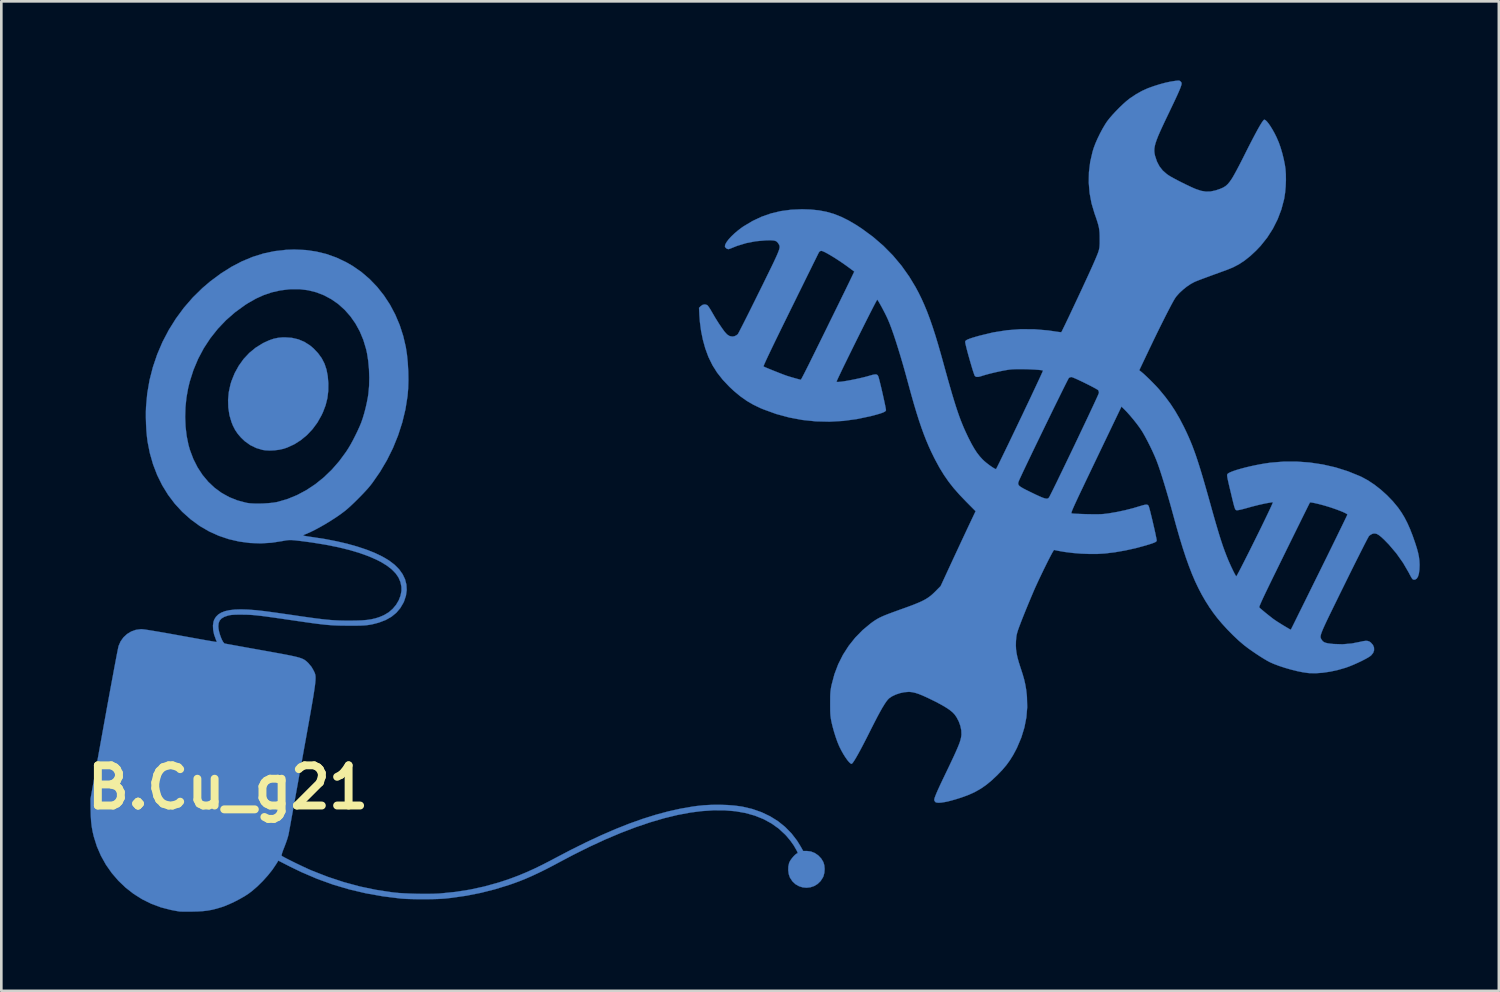
<source format=kicad_pcb>
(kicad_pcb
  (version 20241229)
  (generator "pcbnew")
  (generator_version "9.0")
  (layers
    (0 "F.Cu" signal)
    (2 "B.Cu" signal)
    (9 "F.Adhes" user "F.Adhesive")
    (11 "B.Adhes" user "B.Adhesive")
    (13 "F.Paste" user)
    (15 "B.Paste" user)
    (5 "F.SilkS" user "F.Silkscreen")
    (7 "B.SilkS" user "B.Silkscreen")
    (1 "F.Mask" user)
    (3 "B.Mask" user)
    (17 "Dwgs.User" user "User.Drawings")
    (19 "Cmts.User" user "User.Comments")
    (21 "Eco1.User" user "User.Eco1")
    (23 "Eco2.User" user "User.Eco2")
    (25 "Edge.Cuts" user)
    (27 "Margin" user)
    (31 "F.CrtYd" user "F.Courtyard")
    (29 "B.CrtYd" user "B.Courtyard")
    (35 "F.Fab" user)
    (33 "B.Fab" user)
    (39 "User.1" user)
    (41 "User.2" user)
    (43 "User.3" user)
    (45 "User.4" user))
  (footprint "B.Cu_g21"
    (layer "F.Cu")
    (at 5.595 26.801)
    (property "Reference" "B.Cu_g21" (at 0 0 0) (layer "F.SilkS") (effects (font (size 1.524 1.524) (thickness 0.3))))
    (attr through_hole)
    (fp_poly (pts (xy 2.422 -17.042) (xy 2.667 -16.985) (xy 2.894 -16.89) (xy 3.104 -16.757) (xy 3.243 -16.64) (xy 3.414 -16.459) (xy 3.552 -16.269) (xy 3.657 -16.066) (xy 3.732 -15.843) (xy 3.78 -15.596) (xy 3.803 -15.325) (xy 3.8 -15.03) (xy 3.767 -14.755) (xy 3.7 -14.488) (xy 3.598 -14.22) (xy 3.542 -14.102) (xy 3.386 -13.826) (xy 3.2 -13.576) (xy 2.99 -13.353) (xy 2.757 -13.162) (xy 2.507 -13.004) (xy 2.24 -12.882) (xy 2.102 -12.836) (xy 1.941 -12.8) (xy 1.763 -12.778) (xy 1.583 -12.77) (xy 1.415 -12.778) (xy 1.312 -12.793) (xy 1.068 -12.866) (xy 0.841 -12.977) (xy 0.635 -13.124) (xy 0.492 -13.261) (xy 0.367 -13.407) (xy 0.269 -13.552) (xy 0.187 -13.712) (xy 0.134 -13.843) (xy 0.055 -14.11) (xy 0.012 -14.395) (xy 0.003 -14.688) (xy 0.03 -14.985) (xy 0.093 -15.277) (xy 0.128 -15.393) (xy 0.251 -15.7) (xy 0.407 -15.983) (xy 0.592 -16.241) (xy 0.806 -16.47) (xy 1.047 -16.668) (xy 1.311 -16.832) (xy 1.365 -16.86) (xy 1.553 -16.946) (xy 1.724 -17.006) (xy 1.891 -17.042) (xy 2.068 -17.059) (xy 2.159 -17.06) (xy 2.422 -17.042)) (stroke (width 0.01) (type solid)) (fill yes) (layer "B.Cu"))
    (fp_poly (pts (xy 2.932 -20.372) (xy 3.339 -20.315) (xy 3.731 -20.22) (xy 4.11 -20.085) (xy 4.479 -19.91) (xy 4.724 -19.769) (xy 5.058 -19.537) (xy 5.368 -19.271) (xy 5.654 -18.974) (xy 5.912 -18.649) (xy 6.142 -18.298) (xy 6.341 -17.922) (xy 6.509 -17.526) (xy 6.643 -17.111) (xy 6.741 -16.69) (xy 6.785 -16.403) (xy 6.816 -16.089) (xy 6.834 -15.762) (xy 6.839 -15.435) (xy 6.83 -15.121) (xy 6.806 -14.834) (xy 6.805 -14.827) (xy 6.726 -14.33) (xy 6.606 -13.834) (xy 6.448 -13.345) (xy 6.254 -12.866) (xy 6.024 -12.403) (xy 5.762 -11.96) (xy 5.47 -11.54) (xy 5.384 -11.43) (xy 5.301 -11.331) (xy 5.192 -11.212) (xy 5.067 -11.08) (xy 4.932 -10.943) (xy 4.795 -10.807) (xy 4.663 -10.682) (xy 4.543 -10.573) (xy 4.445 -10.49) (xy 4.283 -10.368) (xy 4.098 -10.239) (xy 3.898 -10.11) (xy 3.691 -9.983) (xy 3.485 -9.865) (xy 3.287 -9.759) (xy 3.106 -9.67) (xy 2.948 -9.603) (xy 2.936 -9.599) (xy 2.882 -9.575) (xy 2.853 -9.555) (xy 2.851 -9.547) (xy 2.877 -9.54) (xy 2.937 -9.528) (xy 3.025 -9.513) (xy 3.132 -9.497) (xy 3.217 -9.485) (xy 3.678 -9.414) (xy 4.116 -9.329) (xy 4.528 -9.233) (xy 4.911 -9.125) (xy 5.263 -9.007) (xy 5.581 -8.88) (xy 5.863 -8.743) (xy 6.106 -8.599) (xy 6.11 -8.596) (xy 6.318 -8.437) (xy 6.488 -8.265) (xy 6.619 -8.082) (xy 6.711 -7.889) (xy 6.763 -7.688) (xy 6.775 -7.48) (xy 6.746 -7.268) (xy 6.675 -7.053) (xy 6.651 -7) (xy 6.531 -6.796) (xy 6.38 -6.618) (xy 6.196 -6.468) (xy 5.981 -6.346) (xy 5.733 -6.251) (xy 5.681 -6.236) (xy 5.568 -6.206) (xy 5.466 -6.181) (xy 5.368 -6.163) (xy 5.268 -6.149) (xy 5.157 -6.139) (xy 5.029 -6.133) (xy 4.877 -6.13) (xy 4.694 -6.129) (xy 4.572 -6.13) (xy 4.407 -6.131) (xy 4.257 -6.133) (xy 4.117 -6.137) (xy 3.981 -6.143) (xy 3.845 -6.153) (xy 3.702 -6.165) (xy 3.548 -6.182) (xy 3.376 -6.202) (xy 3.182 -6.228) (xy 2.96 -6.259) (xy 2.704 -6.296) (xy 2.54 -6.32) (xy 2.243 -6.363) (xy 1.984 -6.401) (xy 1.76 -6.433) (xy 1.566 -6.46) (xy 1.398 -6.483) (xy 1.254 -6.501) (xy 1.128 -6.515) (xy 1.018 -6.527) (xy 0.919 -6.535) (xy 0.828 -6.541) (xy 0.74 -6.545) (xy 0.653 -6.547) (xy 0.562 -6.548) (xy 0.508 -6.549) (xy 0.355 -6.548) (xy 0.237 -6.545) (xy 0.144 -6.538) (xy 0.069 -6.528) (xy 0.003 -6.513) (xy 0 -6.513) (xy -0.143 -6.463) (xy -0.248 -6.4) (xy -0.319 -6.321) (xy -0.357 -6.221) (xy -0.368 -6.107) (xy -0.36 -6.012) (xy -0.339 -5.904) (xy -0.307 -5.792) (xy -0.269 -5.684) (xy -0.227 -5.587) (xy -0.185 -5.511) (xy -0.144 -5.463) (xy -0.123 -5.451) (xy -0.094 -5.446) (xy -0.027 -5.433) (xy 0.074 -5.415) (xy 0.206 -5.391) (xy 0.366 -5.362) (xy 0.549 -5.329) (xy 0.752 -5.292) (xy 0.971 -5.253) (xy 1.203 -5.211) (xy 1.291 -5.196) (xy 1.58 -5.144) (xy 1.831 -5.098) (xy 2.047 -5.059) (xy 2.23 -5.024) (xy 2.385 -4.993) (xy 2.514 -4.965) (xy 2.621 -4.939) (xy 2.708 -4.915) (xy 2.779 -4.891) (xy 2.838 -4.866) (xy 2.887 -4.841) (xy 2.929 -4.813) (xy 2.968 -4.782) (xy 3.007 -4.747) (xy 3.038 -4.717) (xy 3.162 -4.571) (xy 3.233 -4.45) (xy 3.252 -4.412) (xy 3.269 -4.378) (xy 3.284 -4.346) (xy 3.297 -4.312) (xy 3.307 -4.275) (xy 3.314 -4.234) (xy 3.318 -4.185) (xy 3.318 -4.126) (xy 3.315 -4.056) (xy 3.308 -3.972) (xy 3.297 -3.872) (xy 3.281 -3.754) (xy 3.26 -3.615) (xy 3.235 -3.455) (xy 3.204 -3.269) (xy 3.167 -3.057) (xy 3.125 -2.815) (xy 3.077 -2.543) (xy 3.022 -2.237) (xy 2.961 -1.896) (xy 2.892 -1.517) (xy 2.827 -1.154) (xy 2.766 -0.814) (xy 2.706 -0.484) (xy 2.649 -0.165) (xy 2.594 0.138) (xy 2.542 0.424) (xy 2.494 0.69) (xy 2.45 0.934) (xy 2.41 1.152) (xy 2.376 1.343) (xy 2.347 1.503) (xy 2.323 1.631) (xy 2.306 1.723) (xy 2.296 1.776) (xy 2.295 1.785) (xy 2.274 1.865) (xy 2.242 1.972) (xy 2.2 2.093) (xy 2.154 2.217) (xy 2.137 2.26) (xy 2.083 2.398) (xy 2.048 2.499) (xy 2.032 2.564) (xy 2.033 2.594) (xy 2.033 2.594) (xy 2.06 2.613) (xy 2.119 2.646) (xy 2.205 2.692) (xy 2.313 2.747) (xy 2.435 2.808) (xy 2.568 2.874) (xy 2.704 2.939) (xy 2.838 3.003) (xy 2.965 3.062) (xy 3.078 3.114) (xy 3.172 3.154) (xy 3.175 3.156) (xy 3.789 3.395) (xy 4.394 3.595) (xy 4.997 3.758) (xy 5.602 3.885) (xy 6.215 3.978) (xy 6.318 3.99) (xy 6.484 4.006) (xy 6.682 4.018) (xy 6.901 4.028) (xy 7.133 4.035) (xy 7.366 4.039) (xy 7.591 4.039) (xy 7.798 4.035) (xy 7.977 4.028) (xy 8.043 4.023) (xy 8.619 3.965) (xy 9.172 3.878) (xy 9.711 3.761) (xy 10.246 3.613) (xy 10.403 3.563) (xy 10.712 3.458) (xy 11.01 3.346) (xy 11.306 3.223) (xy 11.609 3.087) (xy 11.925 2.933) (xy 12.264 2.758) (xy 12.388 2.692) (xy 13.004 2.369) (xy 13.593 2.077) (xy 14.158 1.814) (xy 14.701 1.579) (xy 15.223 1.372) (xy 15.728 1.193) (xy 16.216 1.04) (xy 16.691 0.912) (xy 17.154 0.809) (xy 17.608 0.73) (xy 17.759 0.709) (xy 18.034 0.68) (xy 18.328 0.664) (xy 18.627 0.661) (xy 18.922 0.67) (xy 19.201 0.691) (xy 19.453 0.724) (xy 19.505 0.733) (xy 19.878 0.821) (xy 20.227 0.943) (xy 20.551 1.097) (xy 20.849 1.282) (xy 21.119 1.499) (xy 21.361 1.745) (xy 21.573 2.02) (xy 21.705 2.234) (xy 21.806 2.413) (xy 21.946 2.413) (xy 22.101 2.433) (xy 22.248 2.491) (xy 22.381 2.583) (xy 22.493 2.702) (xy 22.571 2.833) (xy 22.607 2.953) (xy 22.62 3.093) (xy 22.61 3.236) (xy 22.577 3.367) (xy 22.558 3.41) (xy 22.468 3.552) (xy 22.355 3.662) (xy 22.225 3.741) (xy 22.083 3.789) (xy 21.935 3.806) (xy 21.787 3.792) (xy 21.645 3.747) (xy 21.514 3.672) (xy 21.4 3.565) (xy 21.308 3.427) (xy 21.301 3.412) (xy 21.259 3.288) (xy 21.24 3.146) (xy 21.244 3.002) (xy 21.272 2.872) (xy 21.288 2.832) (xy 21.326 2.764) (xy 21.381 2.688) (xy 21.443 2.615) (xy 21.504 2.554) (xy 21.555 2.515) (xy 21.571 2.508) (xy 21.592 2.498) (xy 21.597 2.481) (xy 21.584 2.445) (xy 21.555 2.385) (xy 21.454 2.21) (xy 21.327 2.029) (xy 21.183 1.855) (xy 21.127 1.794) (xy 20.88 1.565) (xy 20.605 1.369) (xy 20.303 1.204) (xy 19.975 1.073) (xy 19.621 0.973) (xy 19.241 0.906) (xy 18.835 0.872) (xy 18.404 0.87) (xy 17.949 0.902) (xy 17.537 0.955) (xy 17.05 1.045) (xy 16.54 1.169) (xy 16.008 1.325) (xy 15.455 1.512) (xy 14.883 1.731) (xy 14.294 1.98) (xy 13.69 2.259) (xy 13.072 2.568) (xy 12.636 2.798) (xy 12.32 2.967) (xy 12.032 3.116) (xy 11.767 3.246) (xy 11.52 3.361) (xy 11.284 3.464) (xy 11.053 3.557) (xy 10.822 3.642) (xy 10.655 3.7) (xy 10.119 3.865) (xy 9.585 4) (xy 9.041 4.108) (xy 8.477 4.189) (xy 8.234 4.216) (xy 8.106 4.225) (xy 7.945 4.233) (xy 7.759 4.238) (xy 7.557 4.241) (xy 7.348 4.242) (xy 7.141 4.24) (xy 6.944 4.236) (xy 6.767 4.23) (xy 6.618 4.221) (xy 6.551 4.216) (xy 5.875 4.132) (xy 5.223 4.016) (xy 4.593 3.868) (xy 3.98 3.686) (xy 3.379 3.469) (xy 2.786 3.215) (xy 2.356 3.007) (xy 1.908 2.778) (xy 1.828 2.908) (xy 1.685 3.12) (xy 1.512 3.338) (xy 1.318 3.553) (xy 1.114 3.755) (xy 0.909 3.932) (xy 0.783 4.027) (xy 0.632 4.126) (xy 0.452 4.229) (xy 0.258 4.33) (xy 0.062 4.422) (xy -0.123 4.499) (xy -0.235 4.539) (xy -0.427 4.597) (xy -0.601 4.641) (xy -0.772 4.672) (xy -0.95 4.693) (xy -1.147 4.705) (xy -1.344 4.71) (xy -1.479 4.711) (xy -1.604 4.712) (xy -1.71 4.711) (xy -1.792 4.709) (xy -1.839 4.707) (xy -1.841 4.706) (xy -1.891 4.698) (xy -1.971 4.684) (xy -2.07 4.665) (xy -2.171 4.646) (xy -2.547 4.549) (xy -2.909 4.414) (xy -3.253 4.244) (xy -3.577 4.04) (xy -3.879 3.805) (xy -4.156 3.54) (xy -4.407 3.249) (xy -4.628 2.934) (xy -4.817 2.596) (xy -4.972 2.239) (xy -5.088 1.871) (xy -5.133 1.679) (xy -5.167 1.489) (xy -5.19 1.292) (xy -5.203 1.074) (xy -5.209 0.836) (xy -5.213 0.434) (xy -4.703 -2.392) (xy -4.641 -2.734) (xy -4.581 -3.067) (xy -4.522 -3.387) (xy -4.466 -3.693) (xy -4.413 -3.98) (xy -4.363 -4.248) (xy -4.318 -4.494) (xy -4.276 -4.714) (xy -4.24 -4.906) (xy -4.209 -5.068) (xy -4.183 -5.197) (xy -4.164 -5.291) (xy -4.152 -5.347) (xy -4.149 -5.359) (xy -4.073 -5.533) (xy -3.965 -5.685) (xy -3.829 -5.811) (xy -3.67 -5.908) (xy -3.494 -5.971) (xy -3.306 -5.996) (xy -3.281 -5.996) (xy -3.23 -5.992) (xy -3.14 -5.981) (xy -3.013 -5.962) (xy -2.852 -5.936) (xy -2.658 -5.903) (xy -2.434 -5.865) (xy -2.182 -5.82) (xy -1.905 -5.77) (xy -1.791 -5.749) (xy -1.558 -5.707) (xy -1.337 -5.667) (xy -1.132 -5.63) (xy -0.947 -5.597) (xy -0.784 -5.568) (xy -0.648 -5.545) (xy -0.542 -5.527) (xy -0.469 -5.515) (xy -0.434 -5.51) (xy -0.43 -5.51) (xy -0.433 -5.533) (xy -0.45 -5.581) (xy -0.465 -5.618) (xy -0.528 -5.796) (xy -0.563 -5.971) (xy -0.571 -6.135) (xy -0.55 -6.28) (xy -0.521 -6.361) (xy -0.457 -6.466) (xy -0.369 -6.553) (xy -0.256 -6.624) (xy -0.115 -6.679) (xy 0.056 -6.717) (xy 0.257 -6.74) (xy 0.49 -6.747) (xy 0.757 -6.739) (xy 1.061 -6.716) (xy 1.401 -6.678) (xy 1.566 -6.656) (xy 1.681 -6.64) (xy 1.829 -6.62) (xy 2.002 -6.595) (xy 2.19 -6.568) (xy 2.386 -6.54) (xy 2.579 -6.512) (xy 2.656 -6.5) (xy 2.936 -6.46) (xy 3.179 -6.426) (xy 3.391 -6.398) (xy 3.578 -6.375) (xy 3.746 -6.357) (xy 3.901 -6.343) (xy 4.047 -6.333) (xy 4.19 -6.326) (xy 4.337 -6.322) (xy 4.492 -6.319) (xy 4.604 -6.319) (xy 4.859 -6.322) (xy 5.078 -6.33) (xy 5.268 -6.347) (xy 5.436 -6.372) (xy 5.588 -6.407) (xy 5.731 -6.452) (xy 5.87 -6.51) (xy 5.924 -6.535) (xy 6.094 -6.637) (xy 6.244 -6.767) (xy 6.371 -6.919) (xy 6.471 -7.087) (xy 6.54 -7.265) (xy 6.576 -7.446) (xy 6.575 -7.602) (xy 6.538 -7.783) (xy 6.465 -7.954) (xy 6.355 -8.114) (xy 6.206 -8.266) (xy 6.018 -8.411) (xy 5.79 -8.549) (xy 5.662 -8.615) (xy 5.348 -8.755) (xy 4.994 -8.883) (xy 4.599 -9.001) (xy 4.165 -9.107) (xy 3.691 -9.201) (xy 3.178 -9.284) (xy 2.815 -9.333) (xy 2.656 -9.352) (xy 2.531 -9.366) (xy 2.432 -9.374) (xy 2.349 -9.376) (xy 2.276 -9.373) (xy 2.203 -9.364) (xy 2.123 -9.35) (xy 2.064 -9.338) (xy 1.652 -9.274) (xy 1.24 -9.25) (xy 0.829 -9.265) (xy 0.425 -9.319) (xy 0.029 -9.41) (xy -0.353 -9.539) (xy -0.72 -9.705) (xy -1.067 -9.907) (xy -1.075 -9.912) (xy -1.417 -10.162) (xy -1.731 -10.442) (xy -2.016 -10.752) (xy -2.271 -11.089) (xy -2.494 -11.451) (xy -2.685 -11.838) (xy -2.842 -12.247) (xy -2.965 -12.676) (xy -3.05 -13.108) (xy -3.074 -13.302) (xy -3.094 -13.524) (xy -3.107 -13.764) (xy -3.114 -14.008) (xy -3.114 -14.04) (xy -1.625 -14.04) (xy -1.61 -13.674) (xy -1.568 -13.321) (xy -1.501 -12.99) (xy -1.446 -12.795) (xy -1.316 -12.45) (xy -1.156 -12.133) (xy -0.967 -11.844) (xy -0.752 -11.586) (xy -0.511 -11.359) (xy -0.245 -11.164) (xy 0.043 -11.004) (xy 0.353 -10.879) (xy 0.684 -10.791) (xy 0.725 -10.783) (xy 0.846 -10.767) (xy 0.999 -10.759) (xy 1.171 -10.757) (xy 1.352 -10.762) (xy 1.531 -10.774) (xy 1.698 -10.791) (xy 1.84 -10.813) (xy 1.884 -10.823) (xy 2.257 -10.932) (xy 2.62 -11.081) (xy 2.972 -11.269) (xy 3.31 -11.493) (xy 3.631 -11.752) (xy 3.934 -12.043) (xy 4.216 -12.366) (xy 4.475 -12.718) (xy 4.572 -12.869) (xy 4.65 -13.001) (xy 4.737 -13.16) (xy 4.826 -13.335) (xy 4.912 -13.512) (xy 4.988 -13.679) (xy 5.048 -13.822) (xy 5.104 -13.982) (xy 5.161 -14.17) (xy 5.215 -14.375) (xy 5.262 -14.582) (xy 5.3 -14.779) (xy 5.322 -14.919) (xy 5.349 -15.218) (xy 5.356 -15.534) (xy 5.345 -15.855) (xy 5.316 -16.169) (xy 5.27 -16.462) (xy 5.236 -16.614) (xy 5.131 -16.963) (xy 4.995 -17.289) (xy 4.83 -17.589) (xy 4.638 -17.862) (xy 4.421 -18.107) (xy 4.182 -18.322) (xy 3.922 -18.504) (xy 3.643 -18.654) (xy 3.348 -18.769) (xy 3.038 -18.847) (xy 2.716 -18.887) (xy 2.383 -18.887) (xy 2.306 -18.881) (xy 1.974 -18.839) (xy 1.661 -18.768) (xy 1.361 -18.667) (xy 1.065 -18.533) (xy 0.764 -18.363) (xy 0.647 -18.288) (xy 0.271 -18.015) (xy -0.074 -17.714) (xy -0.388 -17.384) (xy -0.67 -17.029) (xy -0.919 -16.65) (xy -1.133 -16.247) (xy -1.311 -15.824) (xy -1.452 -15.382) (xy -1.512 -15.136) (xy -1.576 -14.779) (xy -1.614 -14.411) (xy -1.625 -14.04) (xy -3.114 -14.04) (xy -3.114 -14.244) (xy -3.108 -14.423) (xy -3.062 -14.934) (xy -2.975 -15.439) (xy -2.848 -15.934) (xy -2.684 -16.418) (xy -2.483 -16.888) (xy -2.246 -17.34) (xy -1.975 -17.773) (xy -1.672 -18.184) (xy -1.337 -18.57) (xy -0.972 -18.928) (xy -0.673 -19.183) (xy -0.276 -19.478) (xy 0.124 -19.731) (xy 0.527 -19.942) (xy 0.936 -20.112) (xy 1.35 -20.242) (xy 1.771 -20.33) (xy 2.2 -20.379) (xy 2.508 -20.39) (xy 2.932 -20.372)) (stroke (width 0.01) (type solid)) (fill yes) (layer "B.Cu"))
    (fp_poly (pts (xy 36.071 -26.791) (xy 36.092 -26.78) (xy 36.109 -26.766) (xy 36.126 -26.75) (xy 36.14 -26.733) (xy 36.149 -26.713) (xy 36.153 -26.688) (xy 36.15 -26.653) (xy 36.138 -26.607) (xy 36.118 -26.547) (xy 36.088 -26.471) (xy 36.047 -26.375) (xy 35.994 -26.256) (xy 35.928 -26.113) (xy 35.847 -25.941) (xy 35.751 -25.74) (xy 35.639 -25.505) (xy 35.533 -25.284) (xy 35.424 -25.052) (xy 35.333 -24.853) (xy 35.26 -24.683) (xy 35.204 -24.538) (xy 35.162 -24.413) (xy 35.135 -24.305) (xy 35.121 -24.209) (xy 35.119 -24.121) (xy 35.127 -24.038) (xy 35.144 -23.954) (xy 35.147 -23.945) (xy 35.218 -23.729) (xy 35.313 -23.546) (xy 35.435 -23.39) (xy 35.589 -23.254) (xy 35.67 -23.198) (xy 35.754 -23.147) (xy 35.868 -23.084) (xy 36.003 -23.012) (xy 36.151 -22.937) (xy 36.302 -22.862) (xy 36.448 -22.792) (xy 36.581 -22.731) (xy 36.691 -22.684) (xy 36.702 -22.68) (xy 36.894 -22.616) (xy 37.072 -22.587) (xy 37.244 -22.59) (xy 37.423 -22.627) (xy 37.459 -22.637) (xy 37.607 -22.687) (xy 37.724 -22.737) (xy 37.817 -22.793) (xy 37.898 -22.864) (xy 37.975 -22.955) (xy 38.059 -23.075) (xy 38.063 -23.082) (xy 38.101 -23.145) (xy 38.155 -23.24) (xy 38.222 -23.362) (xy 38.298 -23.505) (xy 38.381 -23.664) (xy 38.467 -23.833) (xy 38.554 -24.006) (xy 38.558 -24.014) (xy 38.7 -24.297) (xy 38.829 -24.547) (xy 38.943 -24.763) (xy 39.041 -24.945) (xy 39.125 -25.092) (xy 39.193 -25.202) (xy 39.244 -25.275) (xy 39.279 -25.311) (xy 39.289 -25.315) (xy 39.332 -25.297) (xy 39.389 -25.244) (xy 39.455 -25.162) (xy 39.528 -25.056) (xy 39.604 -24.931) (xy 39.681 -24.793) (xy 39.754 -24.645) (xy 39.82 -24.493) (xy 39.839 -24.448) (xy 39.908 -24.253) (xy 39.972 -24.036) (xy 40.027 -23.812) (xy 40.07 -23.597) (xy 40.091 -23.453) (xy 40.106 -23.249) (xy 40.109 -23.02) (xy 40.099 -22.783) (xy 40.079 -22.552) (xy 40.048 -22.343) (xy 40.039 -22.298) (xy 39.936 -21.909) (xy 39.794 -21.536) (xy 39.614 -21.179) (xy 39.399 -20.843) (xy 39.15 -20.531) (xy 38.98 -20.352) (xy 38.758 -20.145) (xy 38.542 -19.973) (xy 38.325 -19.83) (xy 38.1 -19.713) (xy 37.881 -19.624) (xy 37.632 -19.533) (xy 37.419 -19.456) (xy 37.24 -19.39) (xy 37.091 -19.335) (xy 36.968 -19.29) (xy 36.868 -19.252) (xy 36.789 -19.222) (xy 36.726 -19.197) (xy 36.676 -19.176) (xy 36.637 -19.159) (xy 36.498 -19.084) (xy 36.351 -18.985) (xy 36.206 -18.869) (xy 36.073 -18.746) (xy 35.963 -18.624) (xy 35.912 -18.554) (xy 35.868 -18.482) (xy 35.808 -18.375) (xy 35.734 -18.237) (xy 35.648 -18.072) (xy 35.551 -17.883) (xy 35.446 -17.674) (xy 35.333 -17.448) (xy 35.216 -17.21) (xy 35.096 -16.963) (xy 34.975 -16.71) (xy 34.944 -16.646) (xy 34.549 -15.814) (xy 34.634 -15.746) (xy 34.72 -15.673) (xy 34.825 -15.575) (xy 34.942 -15.463) (xy 35.062 -15.342) (xy 35.178 -15.223) (xy 35.28 -15.112) (xy 35.314 -15.073) (xy 35.53 -14.811) (xy 35.725 -14.55) (xy 35.904 -14.278) (xy 36.074 -13.986) (xy 36.242 -13.663) (xy 36.258 -13.63) (xy 36.337 -13.466) (xy 36.411 -13.304) (xy 36.482 -13.14) (xy 36.551 -12.972) (xy 36.618 -12.794) (xy 36.687 -12.603) (xy 36.757 -12.395) (xy 36.83 -12.166) (xy 36.908 -11.914) (xy 36.991 -11.633) (xy 37.081 -11.32) (xy 37.18 -10.972) (xy 37.223 -10.816) (xy 37.31 -10.504) (xy 37.388 -10.229) (xy 37.458 -9.986) (xy 37.521 -9.773) (xy 37.578 -9.583) (xy 37.631 -9.414) (xy 37.681 -9.262) (xy 37.728 -9.121) (xy 37.776 -8.989) (xy 37.824 -8.861) (xy 37.867 -8.752) (xy 37.916 -8.63) (xy 37.971 -8.504) (xy 38.026 -8.381) (xy 38.081 -8.265) (xy 38.131 -8.163) (xy 38.174 -8.081) (xy 38.207 -8.025) (xy 38.227 -8.001) (xy 38.228 -8.001) (xy 38.242 -8.019) (xy 38.272 -8.072) (xy 38.317 -8.156) (xy 38.375 -8.267) (xy 38.444 -8.402) (xy 38.523 -8.556) (xy 38.609 -8.727) (xy 38.702 -8.91) (xy 38.798 -9.103) (xy 38.896 -9.301) (xy 38.995 -9.5) (xy 39.093 -9.698) (xy 39.187 -9.89) (xy 39.276 -10.074) (xy 39.358 -10.244) (xy 39.432 -10.398) (xy 39.496 -10.533) (xy 39.547 -10.643) (xy 39.583 -10.725) (xy 39.621 -10.813) (xy 39.543 -10.802) (xy 39.331 -10.765) (xy 39.089 -10.712) (xy 38.824 -10.645) (xy 38.668 -10.601) (xy 38.507 -10.557) (xy 38.382 -10.526) (xy 38.293 -10.509) (xy 38.243 -10.506) (xy 38.239 -10.507) (xy 38.223 -10.512) (xy 38.209 -10.519) (xy 38.195 -10.533) (xy 38.182 -10.559) (xy 38.166 -10.599) (xy 38.148 -10.658) (xy 38.126 -10.739) (xy 38.099 -10.848) (xy 38.065 -10.987) (xy 38.024 -11.161) (xy 37.993 -11.288) (xy 37.954 -11.453) (xy 37.924 -11.583) (xy 37.903 -11.681) (xy 37.889 -11.753) (xy 37.882 -11.804) (xy 37.881 -11.839) (xy 37.885 -11.863) (xy 37.894 -11.88) (xy 37.894 -11.881) (xy 37.934 -11.913) (xy 38.01 -11.951) (xy 38.118 -11.993) (xy 38.253 -12.038) (xy 38.409 -12.083) (xy 38.583 -12.129) (xy 38.768 -12.173) (xy 38.959 -12.214) (xy 39.152 -12.251) (xy 39.342 -12.283) (xy 39.517 -12.308) (xy 40.014 -12.349) (xy 40.514 -12.351) (xy 41.013 -12.315) (xy 41.506 -12.241) (xy 41.988 -12.131) (xy 42.456 -11.984) (xy 42.905 -11.802) (xy 42.979 -11.768) (xy 43.219 -11.638) (xy 43.466 -11.474) (xy 43.71 -11.283) (xy 43.945 -11.071) (xy 44.163 -10.845) (xy 44.356 -10.612) (xy 44.369 -10.595) (xy 44.492 -10.418) (xy 44.605 -10.231) (xy 44.711 -10.025) (xy 44.813 -9.797) (xy 44.914 -9.538) (xy 45.011 -9.26) (xy 45.074 -9.062) (xy 45.12 -8.891) (xy 45.151 -8.74) (xy 45.169 -8.597) (xy 45.176 -8.455) (xy 45.177 -8.435) (xy 45.17 -8.252) (xy 45.15 -8.103) (xy 45.116 -7.991) (xy 45.069 -7.915) (xy 45.01 -7.878) (xy 44.98 -7.874) (xy 44.95 -7.875) (xy 44.925 -7.883) (xy 44.902 -7.903) (xy 44.874 -7.942) (xy 44.839 -8.004) (xy 44.79 -8.096) (xy 44.768 -8.139) (xy 44.551 -8.512) (xy 44.298 -8.87) (xy 44.013 -9.206) (xy 43.834 -9.39) (xy 43.724 -9.492) (xy 43.634 -9.563) (xy 43.558 -9.607) (xy 43.49 -9.625) (xy 43.424 -9.622) (xy 43.387 -9.612) (xy 43.321 -9.578) (xy 43.261 -9.531) (xy 43.26 -9.53) (xy 43.243 -9.503) (xy 43.209 -9.441) (xy 43.159 -9.346) (xy 43.094 -9.221) (xy 43.017 -9.069) (xy 42.928 -8.893) (xy 42.828 -8.694) (xy 42.719 -8.477) (xy 42.603 -8.244) (xy 42.481 -7.997) (xy 42.354 -7.739) (xy 42.315 -7.66) (xy 42.161 -7.348) (xy 42.026 -7.072) (xy 41.907 -6.829) (xy 41.804 -6.618) (xy 41.715 -6.435) (xy 41.64 -6.278) (xy 41.578 -6.145) (xy 41.528 -6.034) (xy 41.489 -5.942) (xy 41.46 -5.867) (xy 41.44 -5.806) (xy 41.427 -5.757) (xy 41.422 -5.719) (xy 41.423 -5.688) (xy 41.429 -5.661) (xy 41.439 -5.638) (xy 41.452 -5.615) (xy 41.465 -5.594) (xy 41.501 -5.546) (xy 41.547 -5.509) (xy 41.609 -5.482) (xy 41.696 -5.461) (xy 41.813 -5.445) (xy 41.91 -5.435) (xy 42.253 -5.424) (xy 42.6 -5.453) (xy 42.915 -5.515) (xy 43.042 -5.543) (xy 43.137 -5.555) (xy 43.211 -5.55) (xy 43.273 -5.528) (xy 43.328 -5.489) (xy 43.408 -5.399) (xy 43.449 -5.299) (xy 43.451 -5.195) (xy 43.415 -5.095) (xy 43.341 -5.004) (xy 43.303 -4.974) (xy 43.221 -4.92) (xy 43.107 -4.857) (xy 42.972 -4.788) (xy 42.824 -4.718) (xy 42.673 -4.651) (xy 42.527 -4.591) (xy 42.396 -4.543) (xy 42.37 -4.534) (xy 42.08 -4.45) (xy 41.79 -4.387) (xy 41.506 -4.345) (xy 41.238 -4.326) (xy 40.993 -4.331) (xy 40.932 -4.337) (xy 40.741 -4.365) (xy 40.525 -4.409) (xy 40.295 -4.467) (xy 40.064 -4.534) (xy 39.842 -4.607) (xy 39.642 -4.683) (xy 39.498 -4.747) (xy 39.396 -4.802) (xy 39.269 -4.877) (xy 39.125 -4.967) (xy 38.974 -5.066) (xy 38.824 -5.169) (xy 38.682 -5.269) (xy 38.559 -5.362) (xy 38.523 -5.39) (xy 38.318 -5.565) (xy 38.105 -5.766) (xy 37.892 -5.982) (xy 37.689 -6.204) (xy 37.504 -6.423) (xy 37.356 -6.617) (xy 37.204 -6.836) (xy 39.099 -6.836) (xy 39.099 -6.822) (xy 39.1 -6.82) (xy 39.128 -6.792) (xy 39.184 -6.744) (xy 39.258 -6.682) (xy 39.344 -6.611) (xy 39.436 -6.537) (xy 39.525 -6.467) (xy 39.605 -6.404) (xy 39.665 -6.36) (xy 39.72 -6.323) (xy 39.794 -6.274) (xy 39.882 -6.219) (xy 39.976 -6.16) (xy 40.069 -6.104) (xy 40.155 -6.053) (xy 40.225 -6.012) (xy 40.275 -5.985) (xy 40.295 -5.977) (xy 40.295 -5.977) (xy 40.305 -5.996) (xy 40.333 -6.051) (xy 40.377 -6.139) (xy 40.436 -6.258) (xy 40.509 -6.406) (xy 40.594 -6.579) (xy 40.692 -6.776) (xy 40.8 -6.994) (xy 40.917 -7.231) (xy 41.042 -7.485) (xy 41.174 -7.753) (xy 41.312 -8.032) (xy 41.37 -8.149) (xy 41.51 -8.433) (xy 41.645 -8.706) (xy 41.773 -8.967) (xy 41.893 -9.212) (xy 42.005 -9.44) (xy 42.106 -9.648) (xy 42.196 -9.833) (xy 42.274 -9.993) (xy 42.338 -10.126) (xy 42.388 -10.229) (xy 42.421 -10.3) (xy 42.438 -10.336) (xy 42.439 -10.341) (xy 42.419 -10.364) (xy 42.363 -10.397) (xy 42.274 -10.439) (xy 42.156 -10.487) (xy 42.012 -10.541) (xy 41.848 -10.598) (xy 41.825 -10.606) (xy 41.697 -10.646) (xy 41.563 -10.686) (xy 41.431 -10.722) (xy 41.307 -10.753) (xy 41.197 -10.778) (xy 41.108 -10.795) (xy 41.047 -10.803) (xy 41.019 -10.8) (xy 41.019 -10.8) (xy 41.008 -10.779) (xy 40.98 -10.723) (xy 40.935 -10.634) (xy 40.876 -10.514) (xy 40.803 -10.367) (xy 40.717 -10.194) (xy 40.621 -9.998) (xy 40.514 -9.782) (xy 40.399 -9.548) (xy 40.276 -9.299) (xy 40.147 -9.037) (xy 40.04 -8.818) (xy 39.881 -8.494) (xy 39.74 -8.206) (xy 39.615 -7.952) (xy 39.507 -7.73) (xy 39.414 -7.538) (xy 39.335 -7.374) (xy 39.269 -7.235) (xy 39.216 -7.121) (xy 39.174 -7.028) (xy 39.142 -6.955) (xy 39.119 -6.9) (xy 39.105 -6.861) (xy 39.099 -6.836) (xy 37.204 -6.836) (xy 37.202 -6.84) (xy 37.057 -7.067) (xy 36.921 -7.303) (xy 36.792 -7.55) (xy 36.667 -7.812) (xy 36.547 -8.093) (xy 36.43 -8.396) (xy 36.313 -8.724) (xy 36.196 -9.081) (xy 36.077 -9.47) (xy 35.955 -9.895) (xy 35.859 -10.245) (xy 35.765 -10.589) (xy 35.672 -10.918) (xy 35.581 -11.23) (xy 35.494 -11.52) (xy 35.412 -11.784) (xy 35.336 -12.019) (xy 35.267 -12.22) (xy 35.207 -12.383) (xy 35.139 -12.548) (xy 35.056 -12.733) (xy 34.964 -12.926) (xy 34.868 -13.116) (xy 34.774 -13.294) (xy 34.686 -13.449) (xy 34.643 -13.519) (xy 34.556 -13.647) (xy 34.447 -13.794) (xy 34.325 -13.948) (xy 34.199 -14.098) (xy 34.078 -14.233) (xy 33.989 -14.325) (xy 33.874 -14.437) (xy 32.908 -12.421) (xy 32.754 -12.099) (xy 32.618 -11.814) (xy 32.497 -11.562) (xy 32.393 -11.342) (xy 32.302 -11.152) (xy 32.225 -10.989) (xy 32.161 -10.851) (xy 32.108 -10.737) (xy 32.066 -10.643) (xy 32.033 -10.568) (xy 32.008 -10.509) (xy 31.992 -10.465) (xy 31.982 -10.434) (xy 31.977 -10.412) (xy 31.978 -10.398) (xy 31.982 -10.39) (xy 31.988 -10.386) (xy 31.989 -10.386) (xy 32.022 -10.381) (xy 32.092 -10.375) (xy 32.191 -10.37) (xy 32.314 -10.365) (xy 32.454 -10.36) (xy 32.575 -10.357) (xy 32.75 -10.354) (xy 32.891 -10.353) (xy 33.007 -10.354) (xy 33.105 -10.357) (xy 33.194 -10.363) (xy 33.283 -10.373) (xy 33.38 -10.385) (xy 33.422 -10.392) (xy 33.712 -10.442) (xy 34.015 -10.507) (xy 34.313 -10.583) (xy 34.56 -10.657) (xy 34.681 -10.693) (xy 34.768 -10.714) (xy 34.829 -10.718) (xy 34.87 -10.707) (xy 34.897 -10.68) (xy 34.902 -10.671) (xy 34.915 -10.635) (xy 34.935 -10.566) (xy 34.961 -10.469) (xy 34.99 -10.351) (xy 35.023 -10.218) (xy 35.057 -10.076) (xy 35.09 -9.931) (xy 35.123 -9.789) (xy 35.152 -9.658) (xy 35.176 -9.542) (xy 35.195 -9.448) (xy 35.207 -9.382) (xy 35.209 -9.351) (xy 35.209 -9.35) (xy 35.197 -9.328) (xy 35.172 -9.306) (xy 35.129 -9.284) (xy 35.062 -9.257) (xy 34.967 -9.225) (xy 34.836 -9.185) (xy 34.813 -9.177) (xy 34.425 -9.071) (xy 34.022 -8.982) (xy 33.62 -8.912) (xy 33.245 -8.867) (xy 32.966 -8.85) (xy 32.662 -8.849) (xy 32.344 -8.861) (xy 32.026 -8.887) (xy 31.722 -8.925) (xy 31.486 -8.966) (xy 31.317 -9.001) (xy 31.285 -8.953) (xy 31.252 -8.898) (xy 31.205 -8.811) (xy 31.145 -8.697) (xy 31.076 -8.561) (xy 31.001 -8.41) (xy 30.921 -8.248) (xy 30.841 -8.081) (xy 30.762 -7.916) (xy 30.688 -7.758) (xy 30.621 -7.612) (xy 30.564 -7.484) (xy 30.545 -7.44) (xy 30.431 -7.17) (xy 30.324 -6.914) (xy 30.226 -6.675) (xy 30.139 -6.458) (xy 30.064 -6.267) (xy 30.003 -6.106) (xy 29.957 -5.98) (xy 29.922 -5.868) (xy 29.898 -5.773) (xy 29.884 -5.675) (xy 29.875 -5.557) (xy 29.873 -5.524) (xy 29.87 -5.374) (xy 29.877 -5.23) (xy 29.897 -5.085) (xy 29.929 -4.93) (xy 29.977 -4.755) (xy 30.041 -4.553) (xy 30.056 -4.508) (xy 30.129 -4.283) (xy 30.186 -4.083) (xy 30.228 -3.896) (xy 30.26 -3.709) (xy 30.283 -3.509) (xy 30.29 -3.426) (xy 30.3 -3.036) (xy 30.268 -2.65) (xy 30.193 -2.268) (xy 30.077 -1.889) (xy 29.918 -1.513) (xy 29.887 -1.45) (xy 29.767 -1.225) (xy 29.643 -1.026) (xy 29.508 -0.84) (xy 29.352 -0.657) (xy 29.178 -0.476) (xy 28.957 -0.267) (xy 28.744 -0.091) (xy 28.529 0.057) (xy 28.304 0.183) (xy 28.058 0.293) (xy 27.794 0.389) (xy 27.568 0.46) (xy 27.367 0.515) (xy 27.191 0.555) (xy 27.045 0.578) (xy 26.931 0.585) (xy 26.852 0.574) (xy 26.823 0.561) (xy 26.785 0.514) (xy 26.776 0.474) (xy 26.781 0.438) (xy 26.796 0.384) (xy 26.824 0.31) (xy 26.864 0.212) (xy 26.919 0.087) (xy 26.989 -0.066) (xy 27.076 -0.251) (xy 27.181 -0.47) (xy 27.199 -0.508) (xy 27.321 -0.762) (xy 27.425 -0.981) (xy 27.513 -1.168) (xy 27.586 -1.329) (xy 27.646 -1.465) (xy 27.694 -1.58) (xy 27.732 -1.677) (xy 27.76 -1.761) (xy 27.78 -1.834) (xy 27.794 -1.9) (xy 27.803 -1.961) (xy 27.807 -2.003) (xy 27.802 -2.161) (xy 27.766 -2.333) (xy 27.703 -2.505) (xy 27.617 -2.666) (xy 27.545 -2.767) (xy 27.464 -2.851) (xy 27.352 -2.941) (xy 27.206 -3.037) (xy 27.026 -3.142) (xy 26.808 -3.257) (xy 26.552 -3.382) (xy 26.503 -3.405) (xy 26.328 -3.484) (xy 26.18 -3.543) (xy 26.055 -3.583) (xy 25.943 -3.608) (xy 25.839 -3.619) (xy 25.798 -3.619) (xy 25.642 -3.607) (xy 25.478 -3.572) (xy 25.319 -3.519) (xy 25.177 -3.452) (xy 25.066 -3.377) (xy 25.015 -3.326) (xy 24.956 -3.251) (xy 24.889 -3.151) (xy 24.811 -3.024) (xy 24.722 -2.867) (xy 24.62 -2.677) (xy 24.504 -2.453) (xy 24.372 -2.193) (xy 24.371 -2.191) (xy 24.23 -1.91) (xy 24.102 -1.661) (xy 23.989 -1.446) (xy 23.89 -1.264) (xy 23.806 -1.117) (xy 23.738 -1.006) (xy 23.687 -0.931) (xy 23.651 -0.894) (xy 23.641 -0.889) (xy 23.6 -0.907) (xy 23.545 -0.959) (xy 23.479 -1.037) (xy 23.408 -1.138) (xy 23.333 -1.256) (xy 23.26 -1.385) (xy 23.191 -1.521) (xy 23.164 -1.579) (xy 23.102 -1.73) (xy 23.039 -1.909) (xy 22.978 -2.102) (xy 22.925 -2.294) (xy 22.886 -2.455) (xy 22.867 -2.549) (xy 22.853 -2.631) (xy 22.843 -2.71) (xy 22.836 -2.794) (xy 22.832 -2.894) (xy 22.831 -3.019) (xy 22.83 -3.175) (xy 22.831 -3.332) (xy 22.832 -3.456) (xy 22.836 -3.556) (xy 22.843 -3.641) (xy 22.853 -3.72) (xy 22.867 -3.802) (xy 22.887 -3.896) (xy 22.887 -3.896) (xy 22.992 -4.29) (xy 23.135 -4.667) (xy 23.315 -5.025) (xy 23.53 -5.361) (xy 23.779 -5.674) (xy 24.06 -5.961) (xy 24.363 -6.213) (xy 24.45 -6.277) (xy 24.531 -6.332) (xy 24.612 -6.382) (xy 24.698 -6.429) (xy 24.795 -6.475) (xy 24.908 -6.524) (xy 25.044 -6.577) (xy 25.207 -6.638) (xy 25.403 -6.709) (xy 25.463 -6.731) (xy 25.701 -6.816) (xy 25.903 -6.89) (xy 26.073 -6.957) (xy 26.217 -7.017) (xy 26.339 -7.074) (xy 26.443 -7.129) (xy 26.534 -7.186) (xy 26.617 -7.246) (xy 26.696 -7.311) (xy 26.776 -7.386) (xy 26.839 -7.448) (xy 27.019 -7.631) (xy 27.366 -8.382) (xy 27.461 -8.587) (xy 27.566 -8.813) (xy 27.676 -9.049) (xy 27.786 -9.285) (xy 27.891 -9.509) (xy 27.986 -9.712) (xy 28.028 -9.802) (xy 28.344 -10.47) (xy 27.978 -10.839) (xy 27.73 -11.098) (xy 27.512 -11.346) (xy 27.381 -11.513) (xy 29.957 -11.513) (xy 29.969 -11.471) (xy 30 -11.431) (xy 30.056 -11.388) (xy 30.138 -11.34) (xy 30.25 -11.281) (xy 30.396 -11.209) (xy 30.468 -11.174) (xy 30.635 -11.093) (xy 30.769 -11.032) (xy 30.874 -10.987) (xy 30.955 -10.959) (xy 31.016 -10.946) (xy 31.061 -10.946) (xy 31.095 -10.959) (xy 31.121 -10.981) (xy 31.137 -11.007) (xy 31.169 -11.068) (xy 31.216 -11.161) (xy 31.277 -11.283) (xy 31.35 -11.431) (xy 31.433 -11.6) (xy 31.524 -11.79) (xy 31.624 -11.995) (xy 31.729 -12.213) (xy 31.839 -12.442) (xy 31.952 -12.677) (xy 32.067 -12.916) (xy 32.181 -13.156) (xy 32.294 -13.394) (xy 32.404 -13.626) (xy 32.51 -13.849) (xy 32.61 -14.06) (xy 32.702 -14.257) (xy 32.786 -14.435) (xy 32.859 -14.593) (xy 32.92 -14.726) (xy 32.968 -14.831) (xy 33.001 -14.907) (xy 33.018 -14.949) (xy 33.02 -14.956) (xy 33.011 -15.016) (xy 32.997 -15.052) (xy 32.973 -15.073) (xy 32.915 -15.108) (xy 32.832 -15.154) (xy 32.73 -15.208) (xy 32.614 -15.267) (xy 32.492 -15.328) (xy 32.369 -15.388) (xy 32.252 -15.443) (xy 32.147 -15.491) (xy 32.06 -15.528) (xy 31.999 -15.551) (xy 31.971 -15.557) (xy 31.919 -15.544) (xy 31.879 -15.52) (xy 31.866 -15.498) (xy 31.835 -15.44) (xy 31.79 -15.351) (xy 31.73 -15.233) (xy 31.658 -15.088) (xy 31.576 -14.922) (xy 31.484 -14.735) (xy 31.384 -14.533) (xy 31.278 -14.317) (xy 31.168 -14.09) (xy 31.054 -13.857) (xy 30.939 -13.62) (xy 30.823 -13.381) (xy 30.709 -13.145) (xy 30.597 -12.915) (xy 30.49 -12.692) (xy 30.389 -12.481) (xy 30.295 -12.285) (xy 30.21 -12.107) (xy 30.135 -11.949) (xy 30.073 -11.815) (xy 30.023 -11.708) (xy 30.01 -11.679) (xy 29.981 -11.613) (xy 29.962 -11.558) (xy 29.957 -11.513) (xy 27.381 -11.513) (xy 27.319 -11.592) (xy 27.143 -11.846) (xy 26.977 -12.116) (xy 26.816 -12.413) (xy 26.767 -12.508) (xy 26.663 -12.721) (xy 26.565 -12.936) (xy 26.471 -13.158) (xy 26.38 -13.39) (xy 26.29 -13.638) (xy 26.199 -13.906) (xy 26.107 -14.197) (xy 26.011 -14.516) (xy 25.911 -14.867) (xy 25.805 -15.255) (xy 25.783 -15.336) (xy 25.689 -15.68) (xy 25.595 -16.014) (xy 25.501 -16.333) (xy 25.409 -16.634) (xy 25.321 -16.913) (xy 25.237 -17.166) (xy 25.158 -17.39) (xy 25.086 -17.581) (xy 25.022 -17.734) (xy 25.014 -17.752) (xy 24.966 -17.855) (xy 24.91 -17.969) (xy 24.85 -18.085) (xy 24.79 -18.199) (xy 24.733 -18.302) (xy 24.683 -18.389) (xy 24.644 -18.453) (xy 24.619 -18.487) (xy 24.615 -18.49) (xy 24.603 -18.474) (xy 24.574 -18.423) (xy 24.53 -18.34) (xy 24.472 -18.23) (xy 24.403 -18.095) (xy 24.324 -17.94) (xy 24.236 -17.766) (xy 24.142 -17.579) (xy 24.043 -17.381) (xy 23.94 -17.175) (xy 23.836 -16.966) (xy 23.732 -16.756) (xy 23.63 -16.549) (xy 23.531 -16.348) (xy 23.438 -16.158) (xy 23.351 -15.98) (xy 23.273 -15.819) (xy 23.206 -15.677) (xy 23.15 -15.56) (xy 23.108 -15.469) (xy 23.081 -15.408) (xy 23.072 -15.381) (xy 23.072 -15.38) (xy 23.091 -15.371) (xy 23.147 -15.37) (xy 23.232 -15.378) (xy 23.342 -15.393) (xy 23.471 -15.414) (xy 23.614 -15.44) (xy 23.764 -15.47) (xy 23.918 -15.503) (xy 24.068 -15.538) (xy 24.21 -15.574) (xy 24.339 -15.611) (xy 24.345 -15.613) (xy 24.459 -15.644) (xy 24.541 -15.656) (xy 24.597 -15.649) (xy 24.634 -15.621) (xy 24.657 -15.573) (xy 24.676 -15.51) (xy 24.7 -15.418) (xy 24.728 -15.304) (xy 24.76 -15.173) (xy 24.793 -15.033) (xy 24.826 -14.888) (xy 24.857 -14.747) (xy 24.886 -14.614) (xy 24.911 -14.496) (xy 24.93 -14.4) (xy 24.942 -14.331) (xy 24.946 -14.296) (xy 24.946 -14.294) (xy 24.928 -14.266) (xy 24.889 -14.237) (xy 24.823 -14.207) (xy 24.727 -14.173) (xy 24.598 -14.135) (xy 24.431 -14.09) (xy 24.373 -14.075) (xy 23.85 -13.964) (xy 23.327 -13.893) (xy 22.806 -13.864) (xy 22.29 -13.876) (xy 21.779 -13.929) (xy 21.276 -14.023) (xy 20.781 -14.157) (xy 20.296 -14.333) (xy 20.196 -14.374) (xy 19.924 -14.504) (xy 19.67 -14.652) (xy 19.425 -14.825) (xy 19.18 -15.028) (xy 19.011 -15.186) (xy 18.759 -15.452) (xy 18.544 -15.724) (xy 18.397 -15.959) (xy 20.303 -15.959) (xy 20.304 -15.956) (xy 20.337 -15.94) (xy 20.402 -15.912) (xy 20.493 -15.874) (xy 20.6 -15.83) (xy 20.718 -15.783) (xy 20.839 -15.735) (xy 20.955 -15.689) (xy 21.059 -15.649) (xy 21.144 -15.618) (xy 21.198 -15.599) (xy 21.266 -15.578) (xy 21.352 -15.552) (xy 21.447 -15.525) (xy 21.542 -15.498) (xy 21.625 -15.475) (xy 21.688 -15.459) (xy 21.717 -15.453) (xy 21.729 -15.471) (xy 21.758 -15.521) (xy 21.799 -15.599) (xy 21.851 -15.699) (xy 21.91 -15.816) (xy 21.948 -15.891) (xy 22.003 -16) (xy 22.073 -16.141) (xy 22.156 -16.31) (xy 22.251 -16.502) (xy 22.355 -16.713) (xy 22.467 -16.94) (xy 22.584 -17.177) (xy 22.704 -17.421) (xy 22.824 -17.667) (xy 22.944 -17.91) (xy 23.061 -18.148) (xy 23.172 -18.374) (xy 23.275 -18.586) (xy 23.37 -18.779) (xy 23.452 -18.948) (xy 23.521 -19.09) (xy 23.574 -19.199) (xy 23.59 -19.233) (xy 23.744 -19.554) (xy 23.561 -19.691) (xy 23.42 -19.794) (xy 23.273 -19.896) (xy 23.125 -19.995) (xy 22.982 -20.087) (xy 22.847 -20.169) (xy 22.726 -20.239) (xy 22.624 -20.293) (xy 22.546 -20.328) (xy 22.497 -20.341) (xy 22.495 -20.341) (xy 22.44 -20.327) (xy 22.403 -20.283) (xy 22.389 -20.257) (xy 22.358 -20.195) (xy 22.311 -20.1) (xy 22.249 -19.974) (xy 22.173 -19.821) (xy 22.085 -19.642) (xy 21.985 -19.44) (xy 21.875 -19.217) (xy 21.757 -18.977) (xy 21.63 -18.721) (xy 21.498 -18.451) (xy 21.36 -18.172) (xy 21.324 -18.099) (xy 21.149 -17.742) (xy 20.992 -17.423) (xy 20.853 -17.138) (xy 20.731 -16.888) (xy 20.626 -16.67) (xy 20.537 -16.484) (xy 20.463 -16.328) (xy 20.404 -16.202) (xy 20.359 -16.102) (xy 20.327 -16.03) (xy 20.309 -15.983) (xy 20.303 -15.959) (xy 18.397 -15.959) (xy 18.365 -16.01) (xy 18.215 -16.315) (xy 18.094 -16.645) (xy 18.005 -16.966) (xy 17.936 -17.303) (xy 17.892 -17.637) (xy 17.872 -17.9) (xy 17.858 -18.179) (xy 17.923 -18.244) (xy 17.999 -18.295) (xy 18.082 -18.31) (xy 18.161 -18.287) (xy 18.176 -18.278) (xy 18.203 -18.247) (xy 18.244 -18.188) (xy 18.295 -18.108) (xy 18.348 -18.016) (xy 18.353 -18.008) (xy 18.474 -17.8) (xy 18.605 -17.591) (xy 18.738 -17.396) (xy 18.831 -17.269) (xy 18.924 -17.168) (xy 19.019 -17.109) (xy 19.118 -17.091) (xy 19.193 -17.101) (xy 19.262 -17.131) (xy 19.321 -17.174) (xy 19.329 -17.183) (xy 19.346 -17.211) (xy 19.38 -17.274) (xy 19.429 -17.369) (xy 19.493 -17.493) (xy 19.569 -17.643) (xy 19.657 -17.817) (xy 19.754 -18.01) (xy 19.859 -18.222) (xy 19.971 -18.447) (xy 20.088 -18.684) (xy 20.145 -18.799) (xy 20.288 -19.088) (xy 20.412 -19.342) (xy 20.52 -19.562) (xy 20.613 -19.752) (xy 20.691 -19.915) (xy 20.755 -20.052) (xy 20.807 -20.166) (xy 20.847 -20.261) (xy 20.877 -20.337) (xy 20.898 -20.399) (xy 20.91 -20.448) (xy 20.914 -20.488) (xy 20.912 -20.52) (xy 20.905 -20.547) (xy 20.894 -20.572) (xy 20.879 -20.597) (xy 20.871 -20.61) (xy 20.836 -20.66) (xy 20.796 -20.697) (xy 20.744 -20.721) (xy 20.674 -20.735) (xy 20.579 -20.741) (xy 20.452 -20.74) (xy 20.374 -20.737) (xy 20.005 -20.704) (xy 19.646 -20.634) (xy 19.303 -20.53) (xy 19.116 -20.455) (xy 19.048 -20.427) (xy 18.992 -20.409) (xy 18.967 -20.405) (xy 18.912 -20.421) (xy 18.865 -20.459) (xy 18.839 -20.507) (xy 18.839 -20.517) (xy 18.856 -20.588) (xy 18.906 -20.677) (xy 18.983 -20.779) (xy 19.084 -20.889) (xy 19.204 -21.003) (xy 19.339 -21.117) (xy 19.484 -21.227) (xy 19.552 -21.273) (xy 19.888 -21.473) (xy 20.232 -21.635) (xy 20.587 -21.759) (xy 20.957 -21.847) (xy 21.345 -21.899) (xy 21.756 -21.917) (xy 21.77 -21.917) (xy 22.098 -21.906) (xy 22.403 -21.875) (xy 22.692 -21.82) (xy 22.971 -21.74) (xy 23.247 -21.631) (xy 23.527 -21.492) (xy 23.818 -21.321) (xy 24.024 -21.186) (xy 24.452 -20.872) (xy 24.845 -20.533) (xy 25.205 -20.169) (xy 25.534 -19.777) (xy 25.831 -19.358) (xy 26.065 -18.97) (xy 26.182 -18.752) (xy 26.293 -18.526) (xy 26.4 -18.288) (xy 26.505 -18.035) (xy 26.608 -17.761) (xy 26.711 -17.464) (xy 26.816 -17.14) (xy 26.924 -16.783) (xy 27.036 -16.392) (xy 27.106 -16.14) (xy 27.206 -15.776) (xy 27.297 -15.45) (xy 27.38 -15.159) (xy 27.456 -14.897) (xy 27.527 -14.663) (xy 27.593 -14.452) (xy 27.656 -14.261) (xy 27.717 -14.086) (xy 27.776 -13.925) (xy 27.837 -13.773) (xy 27.898 -13.626) (xy 27.963 -13.482) (xy 28.031 -13.337) (xy 28.078 -13.24) (xy 28.188 -13.025) (xy 28.291 -12.845) (xy 28.391 -12.691) (xy 28.494 -12.557) (xy 28.604 -12.435) (xy 28.607 -12.433) (xy 28.674 -12.369) (xy 28.756 -12.3) (xy 28.845 -12.231) (xy 28.934 -12.167) (xy 29.013 -12.115) (xy 29.077 -12.079) (xy 29.116 -12.065) (xy 29.117 -12.065) (xy 29.129 -12.084) (xy 29.157 -12.137) (xy 29.2 -12.223) (xy 29.257 -12.337) (xy 29.325 -12.478) (xy 29.404 -12.64) (xy 29.492 -12.822) (xy 29.588 -13.02) (xy 29.689 -13.231) (xy 29.795 -13.452) (xy 29.904 -13.679) (xy 30.014 -13.91) (xy 30.125 -14.141) (xy 30.233 -14.37) (xy 30.339 -14.592) (xy 30.44 -14.805) (xy 30.534 -15.006) (xy 30.621 -15.191) (xy 30.699 -15.358) (xy 30.767 -15.503) (xy 30.822 -15.623) (xy 30.863 -15.715) (xy 30.89 -15.775) (xy 30.899 -15.801) (xy 30.899 -15.802) (xy 30.87 -15.811) (xy 30.804 -15.821) (xy 30.709 -15.83) (xy 30.592 -15.839) (xy 30.457 -15.846) (xy 30.313 -15.852) (xy 30.166 -15.855) (xy 30.11 -15.855) (xy 29.957 -15.856) (xy 29.836 -15.854) (xy 29.734 -15.849) (xy 29.64 -15.84) (xy 29.544 -15.826) (xy 29.433 -15.807) (xy 29.411 -15.803) (xy 29.243 -15.769) (xy 29.069 -15.73) (xy 28.899 -15.689) (xy 28.744 -15.648) (xy 28.614 -15.609) (xy 28.556 -15.59) (xy 28.447 -15.562) (xy 28.367 -15.564) (xy 28.317 -15.595) (xy 28.301 -15.627) (xy 28.277 -15.694) (xy 28.245 -15.788) (xy 28.209 -15.905) (xy 28.17 -16.037) (xy 28.129 -16.178) (xy 28.088 -16.322) (xy 28.049 -16.463) (xy 28.014 -16.595) (xy 27.985 -16.711) (xy 27.963 -16.805) (xy 27.951 -16.87) (xy 27.949 -16.901) (xy 27.961 -16.926) (xy 27.989 -16.951) (xy 28.037 -16.977) (xy 28.108 -17.006) (xy 28.207 -17.04) (xy 28.34 -17.08) (xy 28.495 -17.124) (xy 29.01 -17.248) (xy 29.528 -17.33) (xy 30.048 -17.37) (xy 30.57 -17.367) (xy 31.092 -17.323) (xy 31.313 -17.291) (xy 31.415 -17.275) (xy 31.501 -17.264) (xy 31.563 -17.257) (xy 31.592 -17.256) (xy 31.594 -17.257) (xy 31.607 -17.28) (xy 31.637 -17.339) (xy 31.68 -17.428) (xy 31.737 -17.544) (xy 31.803 -17.683) (xy 31.879 -17.841) (xy 31.961 -18.015) (xy 32.048 -18.2) (xy 32.139 -18.394) (xy 32.232 -18.591) (xy 32.324 -18.788) (xy 32.414 -18.982) (xy 32.5 -19.168) (xy 32.581 -19.343) (xy 32.654 -19.502) (xy 32.718 -19.643) (xy 32.771 -19.761) (xy 32.803 -19.833) (xy 32.874 -19.995) (xy 32.929 -20.126) (xy 32.972 -20.231) (xy 33.003 -20.318) (xy 33.024 -20.394) (xy 33.038 -20.466) (xy 33.045 -20.541) (xy 33.049 -20.625) (xy 33.049 -20.726) (xy 33.049 -20.786) (xy 33.048 -20.917) (xy 33.044 -21.028) (xy 33.034 -21.128) (xy 33.019 -21.225) (xy 32.995 -21.327) (xy 32.961 -21.442) (xy 32.916 -21.58) (xy 32.857 -21.748) (xy 32.852 -21.762) (xy 32.739 -22.143) (xy 32.666 -22.533) (xy 32.634 -22.927) (xy 32.641 -23.322) (xy 32.689 -23.714) (xy 32.778 -24.099) (xy 32.82 -24.236) (xy 32.883 -24.405) (xy 32.965 -24.593) (xy 33.06 -24.788) (xy 33.161 -24.977) (xy 33.262 -25.147) (xy 33.332 -25.252) (xy 33.42 -25.365) (xy 33.532 -25.495) (xy 33.66 -25.633) (xy 33.796 -25.772) (xy 33.933 -25.903) (xy 34.062 -26.018) (xy 34.176 -26.109) (xy 34.2 -26.127) (xy 34.431 -26.28) (xy 34.654 -26.405) (xy 34.862 -26.499) (xy 34.868 -26.502) (xy 35.098 -26.585) (xy 35.327 -26.657) (xy 35.546 -26.716) (xy 35.743 -26.758) (xy 35.812 -26.769) (xy 35.919 -26.785) (xy 35.992 -26.793) (xy 36.04 -26.796) (xy 36.071 -26.791)) (stroke (width 0.01) (type solid)) (fill yes) (layer "B.Cu")))
  (gr_rect
    (start -3 -3)
    (end 53.777 34.517)
    (stroke (width 0.1) (type default))
    (fill no)
    (layer "Edge.Cuts")))
</source>
